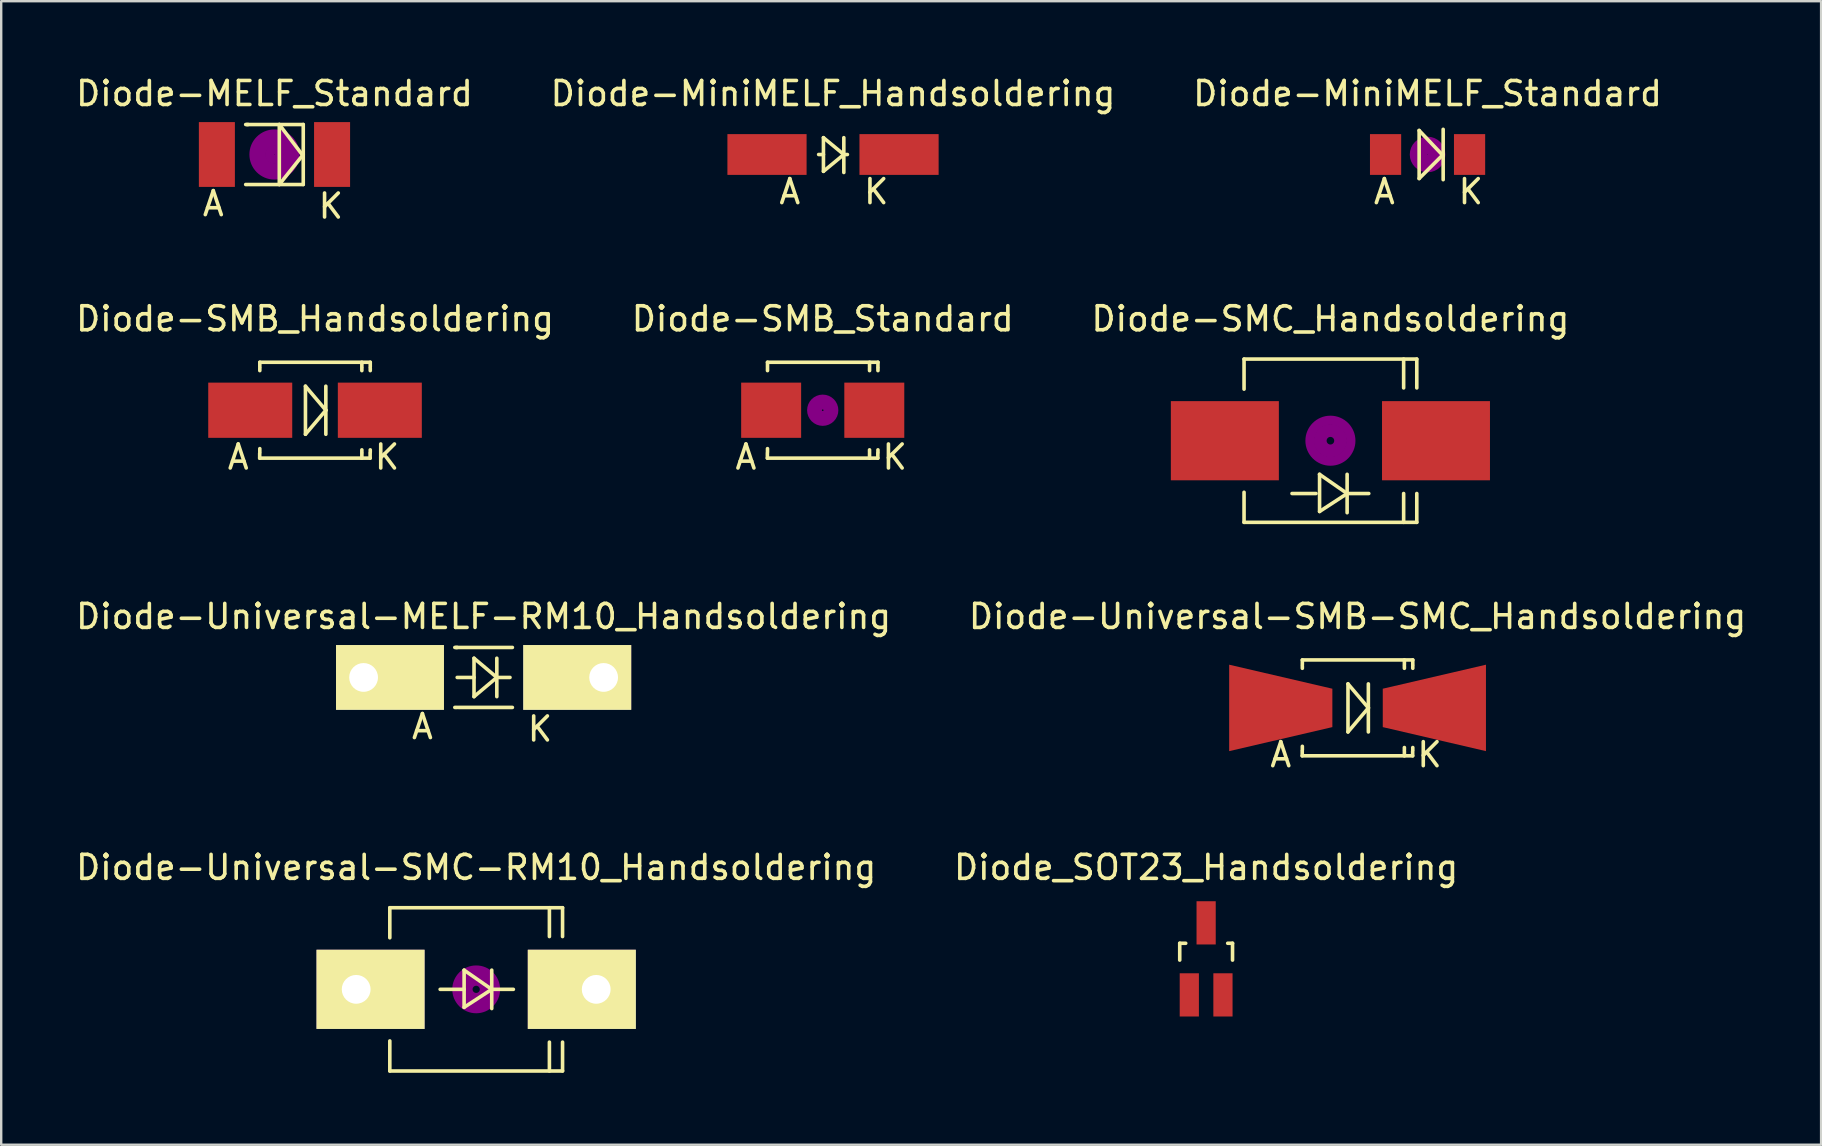
<source format=kicad_pcb>
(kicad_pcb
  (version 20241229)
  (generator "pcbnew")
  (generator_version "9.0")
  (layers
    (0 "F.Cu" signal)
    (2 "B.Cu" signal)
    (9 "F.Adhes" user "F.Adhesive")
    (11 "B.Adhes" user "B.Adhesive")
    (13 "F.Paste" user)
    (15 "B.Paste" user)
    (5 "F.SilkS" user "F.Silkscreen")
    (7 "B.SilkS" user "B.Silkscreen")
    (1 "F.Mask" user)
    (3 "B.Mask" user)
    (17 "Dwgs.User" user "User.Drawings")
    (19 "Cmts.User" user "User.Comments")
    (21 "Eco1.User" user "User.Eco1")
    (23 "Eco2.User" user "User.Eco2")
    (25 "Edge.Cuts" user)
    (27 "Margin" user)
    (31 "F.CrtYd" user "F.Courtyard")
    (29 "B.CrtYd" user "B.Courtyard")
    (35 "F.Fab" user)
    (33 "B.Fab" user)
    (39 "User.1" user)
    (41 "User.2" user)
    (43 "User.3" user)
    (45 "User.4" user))
  (footprint "Diode-Universal-MELF-RM10_Handsoldering"
    (layer "F.Cu")
    (at 17.101 25.178)
    (property "Reference" "Diode-Universal-MELF-RM10_Handsoldering" (at 0 -2.54 0) (layer "F.SilkS") (effects (font (size 1 1) (thickness 0.15))))
    (attr smd)
    (fp_line (start -1.1 -1.25) (end -1.199 -1.25) (stroke (width 0.15) (type solid)) (layer "F.SilkS"))
    (fp_line (start -1.1 1.25) (end -1.199 1.25) (stroke (width 0.15) (type solid)) (layer "F.SilkS"))
    (fp_line (start -0.399 -0.8) (end -0.399 0.8) (stroke (width 0.15) (type solid)) (layer "F.SilkS"))
    (fp_line (start -0.399 0) (end -1.1 0) (stroke (width 0.15) (type solid)) (layer "F.SilkS"))
    (fp_line (start -0.399 0.8) (end 0.551 0) (stroke (width 0.15) (type solid)) (layer "F.SilkS"))
    (fp_line (start 0.551 0) (end -0.399 -0.8) (stroke (width 0.15) (type solid)) (layer "F.SilkS"))
    (fp_line (start 0.551 0) (end 0.551 -0.8) (stroke (width 0.15) (type solid)) (layer "F.SilkS"))
    (fp_line (start 0.551 0) (end 0.551 0.8) (stroke (width 0.15) (type solid)) (layer "F.SilkS"))
    (fp_line (start 0.551 0) (end 1.1 0) (stroke (width 0.15) (type solid)) (layer "F.SilkS"))
    (fp_line (start 1.199 -1.25) (end -1.151 -1.25) (stroke (width 0.15) (type solid)) (layer "F.SilkS"))
    (fp_line (start 1.199 1.25) (end -1.049 1.25) (stroke (width 0.15) (type solid)) (layer "F.SilkS"))
    (fp_text user "A" (at -2.55 2.05 0) (layer "F.SilkS") (effects (font (size 1 1) (thickness 0.15))))
    (fp_text user "K" (at 2.349 2.149 0) (layer "F.SilkS") (effects (font (size 1 1) (thickness 0.15))))
    (pad "1" thru_hole rect (at -5.001 0) (size 4.498 2.7) (drill 1.199 (offset 1.1 0)) (layers "*.Cu" "*.Mask" "F.SilkS"))
    (pad "2" thru_hole rect (at 5.001 0 180) (size 4.498 2.7) (drill 1.199 (offset 1.1 0)) (layers "*.Cu" "*.Mask" "F.SilkS")))
  (footprint "Diode-SMB_Standard"
    (layer "F.Cu")
    (at 31.232 14.044)
    (property "Reference" "Diode-SMB_Standard" (at 0 -3.81 0) (layer "F.SilkS") (effects (font (size 1 1) (thickness 0.15))))
    (attr smd)
    (fp_line (start -2.306 1.996) (end -2.306 1.798) (stroke (width 0.15) (type solid)) (layer "F.SilkS"))
    (fp_line (start -2.306 1.996) (end 2.296 1.996) (stroke (width 0.15) (type solid)) (layer "F.SilkS"))
    (fp_line (start -2.301 -1.999) (end -2.301 -1.801) (stroke (width 0.15) (type solid)) (layer "F.SilkS"))
    (fp_line (start -2.301 -1.999) (end 2.301 -1.999) (stroke (width 0.15) (type solid)) (layer "F.SilkS"))
    (fp_line (start -2.301 -1.75) (end -2.301 -1.651) (stroke (width 0.15) (type solid)) (layer "F.SilkS"))
    (fp_line (start -2.301 1.75) (end -2.301 1.6) (stroke (width 0.15) (type solid)) (layer "F.SilkS"))
    (fp_line (start 1.951 -1.999) (end 1.951 -1.801) (stroke (width 0.15) (type solid)) (layer "F.SilkS"))
    (fp_line (start 1.951 -1.75) (end 1.951 -1.651) (stroke (width 0.15) (type solid)) (layer "F.SilkS"))
    (fp_line (start 1.951 1.75) (end 1.951 1.651) (stroke (width 0.15) (type solid)) (layer "F.SilkS"))
    (fp_line (start 1.951 1.999) (end 1.951 1.801) (stroke (width 0.15) (type solid)) (layer "F.SilkS"))
    (fp_line (start 2.296 1.996) (end 2.296 1.798) (stroke (width 0.15) (type solid)) (layer "F.SilkS"))
    (fp_line (start 2.301 -1.999) (end 2.301 -1.801) (stroke (width 0.15) (type solid)) (layer "F.SilkS"))
    (fp_line (start 2.301 -1.75) (end 2.301 -1.651) (stroke (width 0.15) (type solid)) (layer "F.SilkS"))
    (fp_line (start 2.301 1.75) (end 2.301 1.651) (stroke (width 0.15) (type solid)) (layer "F.SilkS"))
    (fp_circle (center 0 0) (end 0.201 0.099) (stroke (width 0.381) (type solid)) (fill no) (layer "F.Adhes"))
    (fp_circle (center 0 0) (end 0.45 0.099) (stroke (width 0.381) (type solid)) (fill no) (layer "F.Adhes"))
    (fp_text user "K" (at 3 1.951 0) (layer "F.SilkS") (effects (font (size 1 1) (thickness 0.15))))
    (fp_text user "A" (at -3.2 1.951 0) (layer "F.SilkS") (effects (font (size 1 1) (thickness 0.15))))
    (pad "1" smd rect (at -2.149 0) (size 2.499 2.301) (layers "F.Cu" "F.Mask" "F.Paste"))
    (pad "2" smd rect (at 2.149 0) (size 2.499 2.301) (layers "F.Cu" "F.Mask" "F.Paste")))
  (footprint "Diode-MiniMELF_Handsoldering"
    (layer "F.Cu")
    (at 31.661 3.388)
    (property "Reference" "Diode-MiniMELF_Handsoldering" (at 0 -2.54 0) (layer "F.SilkS") (effects (font (size 1 1) (thickness 0.15))))
    (attr smd)
    (fp_line (start -0.399 -0.701) (end -0.399 0.701) (stroke (width 0.15) (type solid)) (layer "F.SilkS"))
    (fp_line (start -0.399 0) (end -0.599 0) (stroke (width 0.15) (type solid)) (layer "F.SilkS"))
    (fp_line (start -0.399 0.701) (end 0.45 0) (stroke (width 0.15) (type solid)) (layer "F.SilkS"))
    (fp_line (start 0.45 0) (end -0.399 -0.701) (stroke (width 0.15) (type solid)) (layer "F.SilkS"))
    (fp_line (start 0.45 0) (end 0.45 -0.701) (stroke (width 0.15) (type solid)) (layer "F.SilkS"))
    (fp_line (start 0.45 0) (end 0.45 0.749) (stroke (width 0.15) (type solid)) (layer "F.SilkS"))
    (fp_line (start 0.45 0) (end 0.599 0) (stroke (width 0.15) (type solid)) (layer "F.SilkS"))
    (fp_text user "K" (at 1.801 1.549 0) (layer "F.SilkS") (effects (font (size 1 1) (thickness 0.15))))
    (fp_text user "A" (at -1.801 1.549 0) (layer "F.SilkS") (effects (font (size 1 1) (thickness 0.15))))
    (pad "1" smd rect (at -2.751 0) (size 3.299 1.699) (layers "F.Cu" "F.Mask" "F.Paste"))
    (pad "2" smd rect (at 2.751 0) (size 3.299 1.699) (layers "F.Cu" "F.Mask" "F.Paste")))
  (footprint "Diode-Universal-SMB-SMC_Handsoldering"
    (layer "F.Cu")
    (at 53.518 26.448)
    (property "Reference" "Diode-Universal-SMB-SMC_Handsoldering" (at 0 -3.81 0) (layer "F.SilkS") (effects (font (size 1 1) (thickness 0.15))))
    (attr smd)
    (fp_line (start -2.306 1.996) (end -2.306 1.798) (stroke (width 0.15) (type solid)) (layer "F.SilkS"))
    (fp_line (start -2.306 1.996) (end 2.296 1.996) (stroke (width 0.15) (type solid)) (layer "F.SilkS"))
    (fp_line (start -2.301 -1.999) (end -2.301 -1.801) (stroke (width 0.15) (type solid)) (layer "F.SilkS"))
    (fp_line (start -2.301 -1.999) (end 2.301 -1.999) (stroke (width 0.15) (type solid)) (layer "F.SilkS"))
    (fp_line (start -2.301 -1.75) (end -2.301 -1.651) (stroke (width 0.15) (type solid)) (layer "F.SilkS"))
    (fp_line (start -2.301 1.75) (end -2.301 1.6) (stroke (width 0.15) (type solid)) (layer "F.SilkS"))
    (fp_line (start -0.399 -1.001) (end -0.399 1.001) (stroke (width 0.15) (type solid)) (layer "F.SilkS"))
    (fp_line (start -0.399 1.001) (end 0.45 0) (stroke (width 0.15) (type solid)) (layer "F.SilkS"))
    (fp_line (start 0.45 0) (end -0.399 -1.001) (stroke (width 0.15) (type solid)) (layer "F.SilkS"))
    (fp_line (start 0.45 0) (end 0.45 -1.001) (stroke (width 0.15) (type solid)) (layer "F.SilkS"))
    (fp_line (start 0.45 0) (end 0.45 1.001) (stroke (width 0.15) (type solid)) (layer "F.SilkS"))
    (fp_line (start 1.951 -1.999) (end 1.951 -1.801) (stroke (width 0.15) (type solid)) (layer "F.SilkS"))
    (fp_line (start 1.951 -1.75) (end 1.951 -1.651) (stroke (width 0.15) (type solid)) (layer "F.SilkS"))
    (fp_line (start 1.951 1.75) (end 1.951 1.651) (stroke (width 0.15) (type solid)) (layer "F.SilkS"))
    (fp_line (start 1.951 1.999) (end 1.951 1.801) (stroke (width 0.15) (type solid)) (layer "F.SilkS"))
    (fp_line (start 2.296 1.996) (end 2.296 1.798) (stroke (width 0.15) (type solid)) (layer "F.SilkS"))
    (fp_line (start 2.301 -1.999) (end 2.301 -1.801) (stroke (width 0.15) (type solid)) (layer "F.SilkS"))
    (fp_line (start 2.301 -1.75) (end 2.301 -1.651) (stroke (width 0.15) (type solid)) (layer "F.SilkS"))
    (fp_line (start 2.301 1.75) (end 2.301 1.651) (stroke (width 0.15) (type solid)) (layer "F.SilkS"))
    (fp_text user "A" (at -3.2 1.951 0) (layer "F.SilkS") (effects (font (size 1 1) (thickness 0.15))))
    (fp_text user "K" (at 3 1.951 0) (layer "F.SilkS") (effects (font (size 1 1) (thickness 0.15))))
    (pad "1" smd trapezoid (at -3.2 0) (size 4.3 2.601) (rect_delta 1.001 0) (layers "F.Cu" "F.Mask" "F.Paste"))
    (pad "2" smd trapezoid (at 3.2 0 180) (size 4.3 2.601) (rect_delta 1.001 0) (layers "F.Cu" "F.Mask" "F.Paste")))
  (footprint "Diode-MELF_Standard"
    (layer "F.Cu")
    (at 8.387 3.388)
    (property "Reference" "Diode-MELF_Standard" (at 0 -2.54 0) (layer "F.SilkS") (effects (font (size 1 1) (thickness 0.15))))
    (attr smd)
    (fp_line (start -1.1 -1.25) (end -1.199 -1.25) (stroke (width 0.15) (type solid)) (layer "F.SilkS"))
    (fp_line (start -1.1 1.25) (end -1.199 1.25) (stroke (width 0.15) (type solid)) (layer "F.SilkS"))
    (fp_line (start 0.201 -1.25) (end 0.201 1.25) (stroke (width 0.15) (type solid)) (layer "F.SilkS"))
    (fp_line (start 0.201 1.25) (end 1.199 0) (stroke (width 0.15) (type solid)) (layer "F.SilkS"))
    (fp_line (start 1.151 0) (end 0.201 -1.25) (stroke (width 0.15) (type solid)) (layer "F.SilkS"))
    (fp_line (start 1.199 -1.25) (end -1.151 -1.25) (stroke (width 0.15) (type solid)) (layer "F.SilkS"))
    (fp_line (start 1.199 -1.25) (end 1.199 1.25) (stroke (width 0.15) (type solid)) (layer "F.SilkS"))
    (fp_line (start 1.199 1.25) (end -1.049 1.25) (stroke (width 0.15) (type solid)) (layer "F.SilkS"))
    (fp_circle (center 0 0) (end 0 0.201) (stroke (width 0.381) (type solid)) (fill no) (layer "F.Adhes"))
    (fp_circle (center 0 0) (end 0 0.551) (stroke (width 0.381) (type solid)) (fill no) (layer "F.Adhes"))
    (fp_circle (center 0 0) (end 0.8 0.3) (stroke (width 0.381) (type solid)) (fill no) (layer "F.Adhes"))
    (fp_text user "K" (at 2.349 2.149 0) (layer "F.SilkS") (effects (font (size 1 1) (thickness 0.15))))
    (fp_text user "A" (at -2.55 2.05 0) (layer "F.SilkS") (effects (font (size 1 1) (thickness 0.15))))
    (pad "1" smd rect (at -2.4 0) (size 1.501 2.7) (layers "F.Cu" "F.Mask" "F.Paste"))
    (pad "2" smd rect (at 2.4 0) (size 1.501 2.7) (layers "F.Cu" "F.Mask" "F.Paste")))
  (footprint "Diode_SOT23_Handsoldering"
    (layer "F.Cu")
    (at 47.208 36.905)
    (property "Reference" "Diode_SOT23_Handsoldering" (at 0 -3.81 0) (layer "F.SilkS") (effects (font (size 1 1) (thickness 0.15))))
    (attr smd)
    (fp_line (start -1.1 -0.65) (end -0.851 -0.65) (stroke (width 0.15) (type solid)) (layer "F.SilkS"))
    (fp_line (start -1.1 0.051) (end -1.1 -0.65) (stroke (width 0.15) (type solid)) (layer "F.SilkS"))
    (fp_line (start 0.899 -0.65) (end 1.1 -0.65) (stroke (width 0.15) (type solid)) (layer "F.SilkS"))
    (fp_line (start 1.1 -0.65) (end 1.1 0.051) (stroke (width 0.15) (type solid)) (layer "F.SilkS"))
    (pad "1" smd rect (at -0.701 1.501) (size 0.8 1.801) (layers "F.Cu" "F.Mask" "F.Paste"))
    (pad "2" smd rect (at 0.701 1.501) (size 0.8 1.801) (layers "F.Cu" "F.Mask" "F.Paste"))
    (pad "3" smd rect (at 0 -1.501) (size 0.8 1.801) (layers "F.Cu" "F.Mask" "F.Paste")))
  (footprint "Diode-MiniMELF_Standard"
    (layer "F.Cu")
    (at 56.435 3.388)
    (property "Reference" "Diode-MiniMELF_Standard" (at 0 -2.54 0) (layer "F.SilkS") (effects (font (size 1 1) (thickness 0.15))))
    (attr smd)
    (fp_line (start -0.351 -1.001) (end -0.351 1.001) (stroke (width 0.15) (type solid)) (layer "F.SilkS"))
    (fp_line (start -0.351 1.001) (end 0.65 0) (stroke (width 0.15) (type solid)) (layer "F.SilkS"))
    (fp_line (start 0.65 -1.049) (end 0.65 1.049) (stroke (width 0.15) (type solid)) (layer "F.SilkS"))
    (fp_line (start 0.65 0.051) (end -0.351 -1.001) (stroke (width 0.15) (type solid)) (layer "F.SilkS"))
    (fp_circle (center 0 0) (end 0 0.201) (stroke (width 0.381) (type solid)) (fill no) (layer "F.Adhes"))
    (fp_circle (center 0 0) (end 0 0.551) (stroke (width 0.381) (type solid)) (fill no) (layer "F.Adhes"))
    (fp_text user "K" (at 1.801 1.549 0) (layer "F.SilkS") (effects (font (size 1 1) (thickness 0.15))))
    (fp_text user "A" (at -1.801 1.549 0) (layer "F.SilkS") (effects (font (size 1 1) (thickness 0.15))))
    (pad "1" smd rect (at -1.75 0) (size 1.3 1.699) (layers "F.Cu" "F.Mask" "F.Paste"))
    (pad "2" smd rect (at 1.75 0) (size 1.3 1.699) (layers "F.Cu" "F.Mask" "F.Paste")))
  (footprint "Diode-SMB_Handsoldering"
    (layer "F.Cu")
    (at 10.077 14.044)
    (property "Reference" "Diode-SMB_Handsoldering" (at 0 -3.81 0) (layer "F.SilkS") (effects (font (size 1 1) (thickness 0.15))))
    (attr smd)
    (fp_line (start -2.306 1.996) (end -2.306 1.798) (stroke (width 0.15) (type solid)) (layer "F.SilkS"))
    (fp_line (start -2.306 1.996) (end 2.296 1.996) (stroke (width 0.15) (type solid)) (layer "F.SilkS"))
    (fp_line (start -2.301 -1.999) (end -2.301 -1.801) (stroke (width 0.15) (type solid)) (layer "F.SilkS"))
    (fp_line (start -2.301 -1.999) (end 2.301 -1.999) (stroke (width 0.15) (type solid)) (layer "F.SilkS"))
    (fp_line (start -2.301 -1.75) (end -2.301 -1.651) (stroke (width 0.15) (type solid)) (layer "F.SilkS"))
    (fp_line (start -2.301 1.75) (end -2.301 1.6) (stroke (width 0.15) (type solid)) (layer "F.SilkS"))
    (fp_line (start -0.399 -1.001) (end -0.399 1.001) (stroke (width 0.15) (type solid)) (layer "F.SilkS"))
    (fp_line (start -0.399 1.001) (end 0.45 0) (stroke (width 0.15) (type solid)) (layer "F.SilkS"))
    (fp_line (start 0.45 0) (end -0.399 -1.001) (stroke (width 0.15) (type solid)) (layer "F.SilkS"))
    (fp_line (start 0.45 0) (end 0.45 -1.001) (stroke (width 0.15) (type solid)) (layer "F.SilkS"))
    (fp_line (start 0.45 0) (end 0.45 1.001) (stroke (width 0.15) (type solid)) (layer "F.SilkS"))
    (fp_line (start 1.951 -1.999) (end 1.951 -1.801) (stroke (width 0.15) (type solid)) (layer "F.SilkS"))
    (fp_line (start 1.951 -1.75) (end 1.951 -1.651) (stroke (width 0.15) (type solid)) (layer "F.SilkS"))
    (fp_line (start 1.951 1.75) (end 1.951 1.651) (stroke (width 0.15) (type solid)) (layer "F.SilkS"))
    (fp_line (start 1.951 1.999) (end 1.951 1.801) (stroke (width 0.15) (type solid)) (layer "F.SilkS"))
    (fp_line (start 2.296 1.996) (end 2.296 1.798) (stroke (width 0.15) (type solid)) (layer "F.SilkS"))
    (fp_line (start 2.301 -1.999) (end 2.301 -1.801) (stroke (width 0.15) (type solid)) (layer "F.SilkS"))
    (fp_line (start 2.301 -1.75) (end 2.301 -1.651) (stroke (width 0.15) (type solid)) (layer "F.SilkS"))
    (fp_line (start 2.301 1.75) (end 2.301 1.651) (stroke (width 0.15) (type solid)) (layer "F.SilkS"))
    (fp_text user "A" (at -3.2 1.951 0) (layer "F.SilkS") (effects (font (size 1 1) (thickness 0.15))))
    (fp_text user "K" (at 3 1.951 0) (layer "F.SilkS") (effects (font (size 1 1) (thickness 0.15))))
    (pad "1" smd rect (at -2.7 0) (size 3.5 2.301) (layers "F.Cu" "F.Mask" "F.Paste"))
    (pad "2" smd rect (at 2.7 0) (size 3.5 2.301) (layers "F.Cu" "F.Mask" "F.Paste")))
  (footprint "Diode-SMC_Handsoldering"
    (layer "F.Cu")
    (at 52.387 15.314)
    (property "Reference" "Diode-SMC_Handsoldering" (at 0 -5.08 0) (layer "F.SilkS") (effects (font (size 1 1) (thickness 0.15))))
    (attr smd)
    (fp_line (start -3.599 -3.401) (end -3.599 -2.149) (stroke (width 0.15) (type solid)) (layer "F.SilkS"))
    (fp_line (start -3.599 -3.401) (end 3.599 -3.401) (stroke (width 0.15) (type solid)) (layer "F.SilkS"))
    (fp_line (start -3.599 3.401) (end -3.599 2.149) (stroke (width 0.15) (type solid)) (layer "F.SilkS"))
    (fp_line (start -3.599 3.401) (end 3.599 3.401) (stroke (width 0.15) (type solid)) (layer "F.SilkS"))
    (fp_line (start -0.602 2.2) (end -1.6 2.2) (stroke (width 0.15) (type solid)) (layer "F.SilkS"))
    (fp_line (start -0.452 2.949) (end -0.452 1.4) (stroke (width 0.15) (type solid)) (layer "F.SilkS"))
    (fp_line (start 0.696 1.4) (end 0.696 3) (stroke (width 0.15) (type solid)) (layer "F.SilkS"))
    (fp_line (start 0.696 2.2) (end -0.455 1.4) (stroke (width 0.15) (type solid)) (layer "F.SilkS"))
    (fp_line (start 0.696 2.2) (end 1.598 2.2) (stroke (width 0.15) (type solid)) (layer "F.SilkS"))
    (fp_line (start 0.699 2.2) (end -0.452 2.949) (stroke (width 0.15) (type solid)) (layer "F.SilkS"))
    (fp_line (start 3.051 -3.401) (end 3.051 -2.2) (stroke (width 0.15) (type solid)) (layer "F.SilkS"))
    (fp_line (start 3.051 3.401) (end 3.051 2.2) (stroke (width 0.15) (type solid)) (layer "F.SilkS"))
    (fp_line (start 3.599 -3.401) (end 3.599 -2.2) (stroke (width 0.15) (type solid)) (layer "F.SilkS"))
    (fp_line (start 3.599 3.401) (end 3.599 2.2) (stroke (width 0.15) (type solid)) (layer "F.SilkS"))
    (fp_circle (center 0 0) (end 0.15 0.051) (stroke (width 0.381) (type solid)) (fill no) (layer "F.Adhes"))
    (fp_circle (center 0 0) (end 0.5 0.051) (stroke (width 0.381) (type solid)) (fill no) (layer "F.Adhes"))
    (fp_circle (center 0 0) (end 0.851 0.051) (stroke (width 0.381) (type solid)) (fill no) (layer "F.Adhes"))
    (pad "1" smd rect (at -4.399 0 90) (size 3.299 4.501) (layers "F.Cu" "F.Mask" "F.Paste"))
    (pad "2" smd rect (at 4.399 0 90) (size 3.299 4.498) (layers "F.Cu" "F.Mask" "F.Paste")))
  (footprint "Diode-Universal-SMC-RM10_Handsoldering"
    (layer "F.Cu")
    (at 16.792 38.175)
    (property "Reference" "Diode-Universal-SMC-RM10_Handsoldering" (at 0 -5.08 0) (layer "F.SilkS") (effects (font (size 1 1) (thickness 0.15))))
    (attr smd)
    (fp_line (start -3.599 -3.401) (end -3.599 -2.149) (stroke (width 0.15) (type solid)) (layer "F.SilkS"))
    (fp_line (start -3.599 -3.401) (end 3.599 -3.401) (stroke (width 0.15) (type solid)) (layer "F.SilkS"))
    (fp_line (start -3.599 3.401) (end -3.599 2.149) (stroke (width 0.15) (type solid)) (layer "F.SilkS"))
    (fp_line (start -3.599 3.401) (end 3.599 3.401) (stroke (width 0.15) (type solid)) (layer "F.SilkS"))
    (fp_line (start -0.503 0) (end -1.501 0) (stroke (width 0.15) (type solid)) (layer "F.SilkS"))
    (fp_line (start -0.503 0.749) (end -0.503 -0.8) (stroke (width 0.15) (type solid)) (layer "F.SilkS"))
    (fp_line (start 0.648 -0.8) (end 0.648 0.8) (stroke (width 0.15) (type solid)) (layer "F.SilkS"))
    (fp_line (start 0.648 0) (end -0.503 -0.8) (stroke (width 0.15) (type solid)) (layer "F.SilkS"))
    (fp_line (start 0.648 0) (end -0.503 0.749) (stroke (width 0.15) (type solid)) (layer "F.SilkS"))
    (fp_line (start 0.648 0) (end 1.549 0) (stroke (width 0.15) (type solid)) (layer "F.SilkS"))
    (fp_line (start 3.051 -3.401) (end 3.051 -2.2) (stroke (width 0.15) (type solid)) (layer "F.SilkS"))
    (fp_line (start 3.051 3.401) (end 3.051 2.2) (stroke (width 0.15) (type solid)) (layer "F.SilkS"))
    (fp_line (start 3.599 -3.401) (end 3.599 -2.2) (stroke (width 0.15) (type solid)) (layer "F.SilkS"))
    (fp_line (start 3.599 3.401) (end 3.599 2.2) (stroke (width 0.15) (type solid)) (layer "F.SilkS"))
    (fp_circle (center 0 0) (end 0.15 0) (stroke (width 0.381) (type solid)) (fill no) (layer "F.Adhes"))
    (fp_circle (center 0 0) (end 0.5 0) (stroke (width 0.381) (type solid)) (fill no) (layer "F.Adhes"))
    (fp_circle (center 0 0) (end 0.8 -0.099) (stroke (width 0.381) (type solid)) (fill no) (layer "F.Adhes"))
    (pad "1" thru_hole rect (at -5.001 0) (size 4.501 3.299) (drill 1.199 (offset 0.599 0)) (layers "*.Cu" "*.Mask" "F.SilkS"))
    (pad "2" thru_hole rect (at 5.001 0 180) (size 4.501 3.299) (drill 1.199 (offset 0.599 0)) (layers "*.Cu" "*.Mask" "F.SilkS")))
  (gr_rect
    (start -3 -3)
    (end 72.833 44.651)
    (stroke (width 0.1) (type default))
    (fill no)
    (layer "Edge.Cuts")))
</source>
